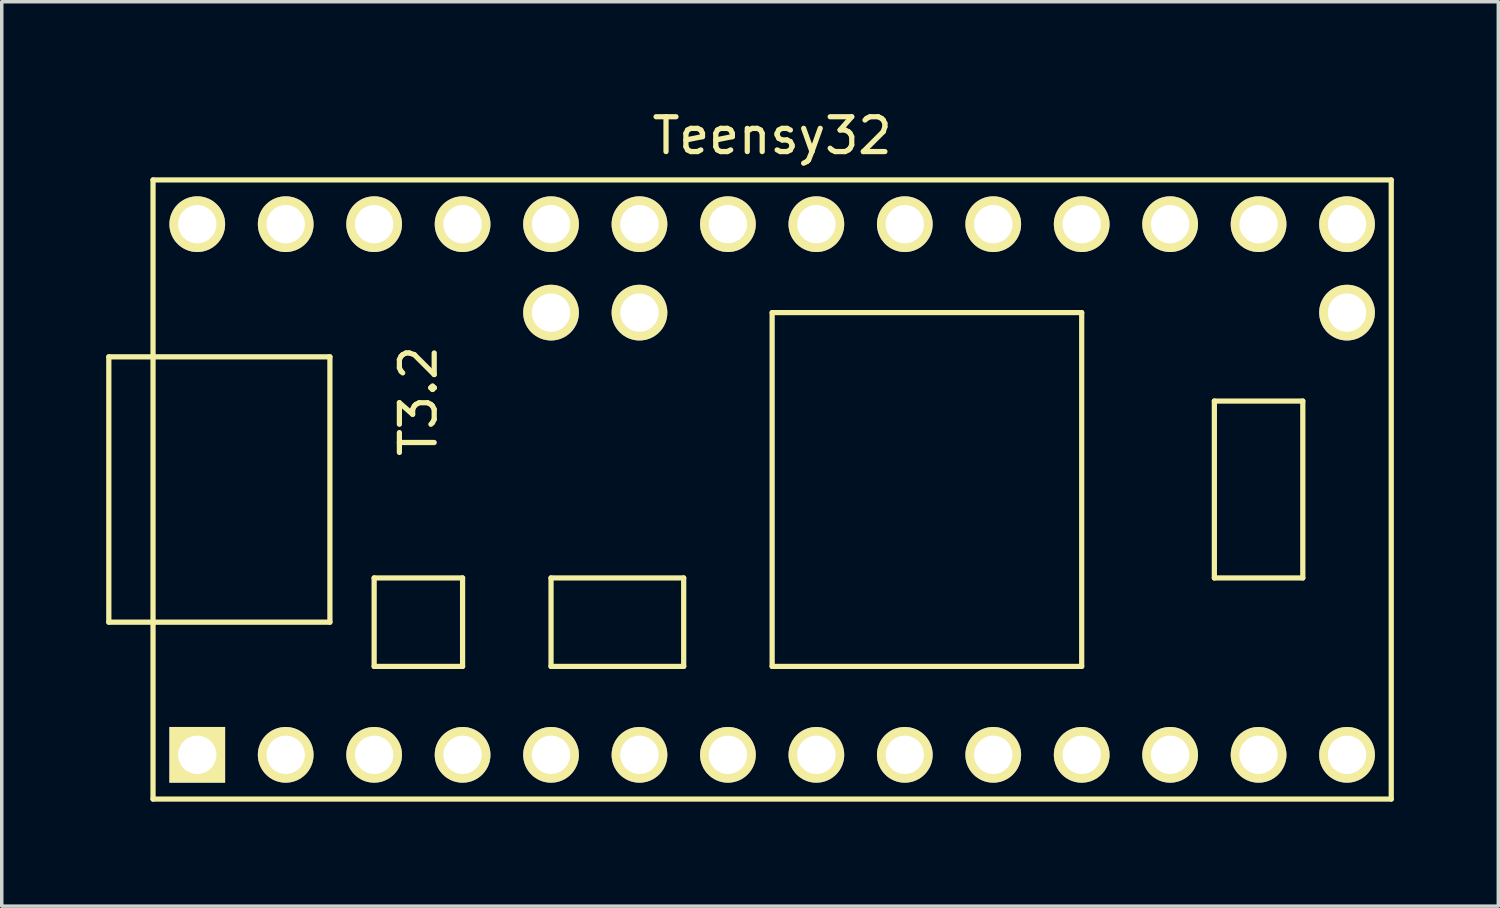
<source format=kicad_pcb>
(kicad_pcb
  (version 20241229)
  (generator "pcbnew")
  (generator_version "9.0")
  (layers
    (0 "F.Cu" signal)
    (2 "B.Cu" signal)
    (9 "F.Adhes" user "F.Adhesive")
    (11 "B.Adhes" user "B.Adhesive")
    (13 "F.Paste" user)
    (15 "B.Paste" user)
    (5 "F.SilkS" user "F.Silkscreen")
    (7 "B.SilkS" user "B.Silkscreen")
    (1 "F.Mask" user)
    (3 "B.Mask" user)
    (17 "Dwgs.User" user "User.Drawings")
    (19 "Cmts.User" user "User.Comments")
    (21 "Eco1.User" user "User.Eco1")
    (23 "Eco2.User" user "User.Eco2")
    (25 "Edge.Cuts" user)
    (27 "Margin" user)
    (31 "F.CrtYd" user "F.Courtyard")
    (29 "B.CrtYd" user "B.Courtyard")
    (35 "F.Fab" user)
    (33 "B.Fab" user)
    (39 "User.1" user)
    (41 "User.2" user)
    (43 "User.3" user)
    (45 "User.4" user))
  (footprint "Teensy32"
    (layer "F.Cu")
    (at 19.125 11.008)
    (property "Reference" "Teensy32" (at 0 -10.16 0) (layer "F.SilkS") (effects (font (size 1 1) (thickness 0.15))))
    (attr through_hole)
    (fp_line (start -19.05 -3.81) (end -17.78 -3.81) (stroke (width 0.15) (type solid)) (layer "F.SilkS"))
    (fp_line (start -19.05 3.81) (end -19.05 -3.81) (stroke (width 0.15) (type solid)) (layer "F.SilkS"))
    (fp_line (start -17.78 -8.89) (end 17.78 -8.89) (stroke (width 0.15) (type solid)) (layer "F.SilkS"))
    (fp_line (start -17.78 3.81) (end -19.05 3.81) (stroke (width 0.15) (type solid)) (layer "F.SilkS"))
    (fp_line (start -17.78 8.89) (end -17.78 -8.89) (stroke (width 0.15) (type solid)) (layer "F.SilkS"))
    (fp_line (start -12.7 -3.81) (end -17.78 -3.81) (stroke (width 0.15) (type solid)) (layer "F.SilkS"))
    (fp_line (start -12.7 3.81) (end -17.78 3.81) (stroke (width 0.15) (type solid)) (layer "F.SilkS"))
    (fp_line (start -12.7 3.81) (end -12.7 -3.81) (stroke (width 0.15) (type solid)) (layer "F.SilkS"))
    (fp_line (start -11.43 2.54) (end -11.43 5.08) (stroke (width 0.15) (type solid)) (layer "F.SilkS"))
    (fp_line (start -11.43 5.08) (end -8.89 5.08) (stroke (width 0.15) (type solid)) (layer "F.SilkS"))
    (fp_line (start -8.89 2.54) (end -11.43 2.54) (stroke (width 0.15) (type solid)) (layer "F.SilkS"))
    (fp_line (start -8.89 5.08) (end -8.89 2.54) (stroke (width 0.15) (type solid)) (layer "F.SilkS"))
    (fp_line (start -6.35 2.54) (end -6.35 5.08) (stroke (width 0.15) (type solid)) (layer "F.SilkS"))
    (fp_line (start -6.35 5.08) (end -2.54 5.08) (stroke (width 0.15) (type solid)) (layer "F.SilkS"))
    (fp_line (start -2.54 2.54) (end -6.35 2.54) (stroke (width 0.15) (type solid)) (layer "F.SilkS"))
    (fp_line (start -2.54 5.08) (end -2.54 2.54) (stroke (width 0.15) (type solid)) (layer "F.SilkS"))
    (fp_line (start 0 -5.08) (end 0 5.08) (stroke (width 0.15) (type solid)) (layer "F.SilkS"))
    (fp_line (start 8.89 -5.08) (end 0 -5.08) (stroke (width 0.15) (type solid)) (layer "F.SilkS"))
    (fp_line (start 8.89 5.08) (end 0 5.08) (stroke (width 0.15) (type solid)) (layer "F.SilkS"))
    (fp_line (start 8.89 5.08) (end 8.89 -5.08) (stroke (width 0.15) (type solid)) (layer "F.SilkS"))
    (fp_line (start 12.7 -2.54) (end 15.24 -2.54) (stroke (width 0.15) (type solid)) (layer "F.SilkS"))
    (fp_line (start 12.7 2.54) (end 12.7 -2.54) (stroke (width 0.15) (type solid)) (layer "F.SilkS"))
    (fp_line (start 15.24 -2.54) (end 15.24 2.54) (stroke (width 0.15) (type solid)) (layer "F.SilkS"))
    (fp_line (start 15.24 2.54) (end 12.7 2.54) (stroke (width 0.15) (type solid)) (layer "F.SilkS"))
    (fp_line (start 17.78 -8.89) (end 17.78 8.89) (stroke (width 0.15) (type solid)) (layer "F.SilkS"))
    (fp_line (start 17.78 8.89) (end -17.78 8.89) (stroke (width 0.15) (type solid)) (layer "F.SilkS"))
    (fp_text user "T3.2" (at -10.16 -2.54 90) (layer "F.SilkS") (effects (font (size 1 1) (thickness 0.15))))
    (pad "1" thru_hole rect (at -16.51 7.62) (size 1.6 1.6) (drill 1.1) (layers "*.Cu" "*.Mask" "F.SilkS"))
    (pad "2" thru_hole circle (at -13.97 7.62) (size 1.6 1.6) (drill 1.1) (layers "*.Cu" "*.Mask" "F.SilkS"))
    (pad "3" thru_hole circle (at -11.43 7.62) (size 1.6 1.6) (drill 1.1) (layers "*.Cu" "*.Mask" "F.SilkS"))
    (pad "4" thru_hole circle (at -8.89 7.62) (size 1.6 1.6) (drill 1.1) (layers "*.Cu" "*.Mask" "F.SilkS"))
    (pad "5" thru_hole circle (at -6.35 7.62) (size 1.6 1.6) (drill 1.1) (layers "*.Cu" "*.Mask" "F.SilkS"))
    (pad "6" thru_hole circle (at -3.81 7.62) (size 1.6 1.6) (drill 1.1) (layers "*.Cu" "*.Mask" "F.SilkS"))
    (pad "7" thru_hole circle (at -1.27 7.62) (size 1.6 1.6) (drill 1.1) (layers "*.Cu" "*.Mask" "F.SilkS"))
    (pad "8" thru_hole circle (at 1.27 7.62) (size 1.6 1.6) (drill 1.1) (layers "*.Cu" "*.Mask" "F.SilkS"))
    (pad "9" thru_hole circle (at 3.81 7.62) (size 1.6 1.6) (drill 1.1) (layers "*.Cu" "*.Mask" "F.SilkS"))
    (pad "10" thru_hole circle (at 6.35 7.62) (size 1.6 1.6) (drill 1.1) (layers "*.Cu" "*.Mask" "F.SilkS"))
    (pad "11" thru_hole circle (at 8.89 7.62) (size 1.6 1.6) (drill 1.1) (layers "*.Cu" "*.Mask" "F.SilkS"))
    (pad "12" thru_hole circle (at 11.43 7.62) (size 1.6 1.6) (drill 1.1) (layers "*.Cu" "*.Mask" "F.SilkS"))
    (pad "13" thru_hole circle (at 13.97 7.62) (size 1.6 1.6) (drill 1.1) (layers "*.Cu" "*.Mask" "F.SilkS"))
    (pad "14" thru_hole circle (at 16.51 7.62) (size 1.6 1.6) (drill 1.1) (layers "*.Cu" "*.Mask" "F.SilkS"))
    (pad "19" thru_hole circle (at 16.51 -5.08) (size 1.6 1.6) (drill 1.1) (layers "*.Cu" "*.Mask" "F.SilkS"))
    (pad "20" thru_hole circle (at 16.51 -7.62) (size 1.6 1.6) (drill 1.1) (layers "*.Cu" "*.Mask" "F.SilkS"))
    (pad "21" thru_hole circle (at 13.97 -7.62) (size 1.6 1.6) (drill 1.1) (layers "*.Cu" "*.Mask" "F.SilkS"))
    (pad "22" thru_hole circle (at 11.43 -7.62) (size 1.6 1.6) (drill 1.1) (layers "*.Cu" "*.Mask" "F.SilkS"))
    (pad "23" thru_hole circle (at 8.89 -7.62) (size 1.6 1.6) (drill 1.1) (layers "*.Cu" "*.Mask" "F.SilkS"))
    (pad "24" thru_hole circle (at 6.35 -7.62) (size 1.6 1.6) (drill 1.1) (layers "*.Cu" "*.Mask" "F.SilkS"))
    (pad "25" thru_hole circle (at 3.81 -7.62) (size 1.6 1.6) (drill 1.1) (layers "*.Cu" "*.Mask" "F.SilkS"))
    (pad "26" thru_hole circle (at 1.27 -7.62) (size 1.6 1.6) (drill 1.1) (layers "*.Cu" "*.Mask" "F.SilkS"))
    (pad "27" thru_hole circle (at -1.27 -7.62) (size 1.6 1.6) (drill 1.1) (layers "*.Cu" "*.Mask" "F.SilkS"))
    (pad "28" thru_hole circle (at -3.81 -7.62) (size 1.6 1.6) (drill 1.1) (layers "*.Cu" "*.Mask" "F.SilkS"))
    (pad "29" thru_hole circle (at -6.35 -7.62) (size 1.6 1.6) (drill 1.1) (layers "*.Cu" "*.Mask" "F.SilkS"))
    (pad "30" thru_hole circle (at -8.89 -7.62) (size 1.6 1.6) (drill 1.1) (layers "*.Cu" "*.Mask" "F.SilkS"))
    (pad "31" thru_hole circle (at -11.43 -7.62) (size 1.6 1.6) (drill 1.1) (layers "*.Cu" "*.Mask" "F.SilkS"))
    (pad "32" thru_hole circle (at -13.97 -7.62) (size 1.6 1.6) (drill 1.1) (layers "*.Cu" "*.Mask" "F.SilkS"))
    (pad "33" thru_hole circle (at -16.51 -7.62) (size 1.6 1.6) (drill 1.1) (layers "*.Cu" "*.Mask" "F.SilkS"))
    (pad "36" thru_hole circle (at -6.35 -5.08) (size 1.6 1.6) (drill 1.1) (layers "*.Cu" "*.Mask" "F.SilkS"))
    (pad "37" thru_hole circle (at -3.81 -5.08) (size 1.6 1.6) (drill 1.1) (layers "*.Cu" "*.Mask" "F.SilkS")))
  (gr_rect
    (start -3 -3)
    (end 39.98 22.973)
    (stroke (width 0.1) (type default))
    (fill no)
    (layer "Edge.Cuts")))
</source>
